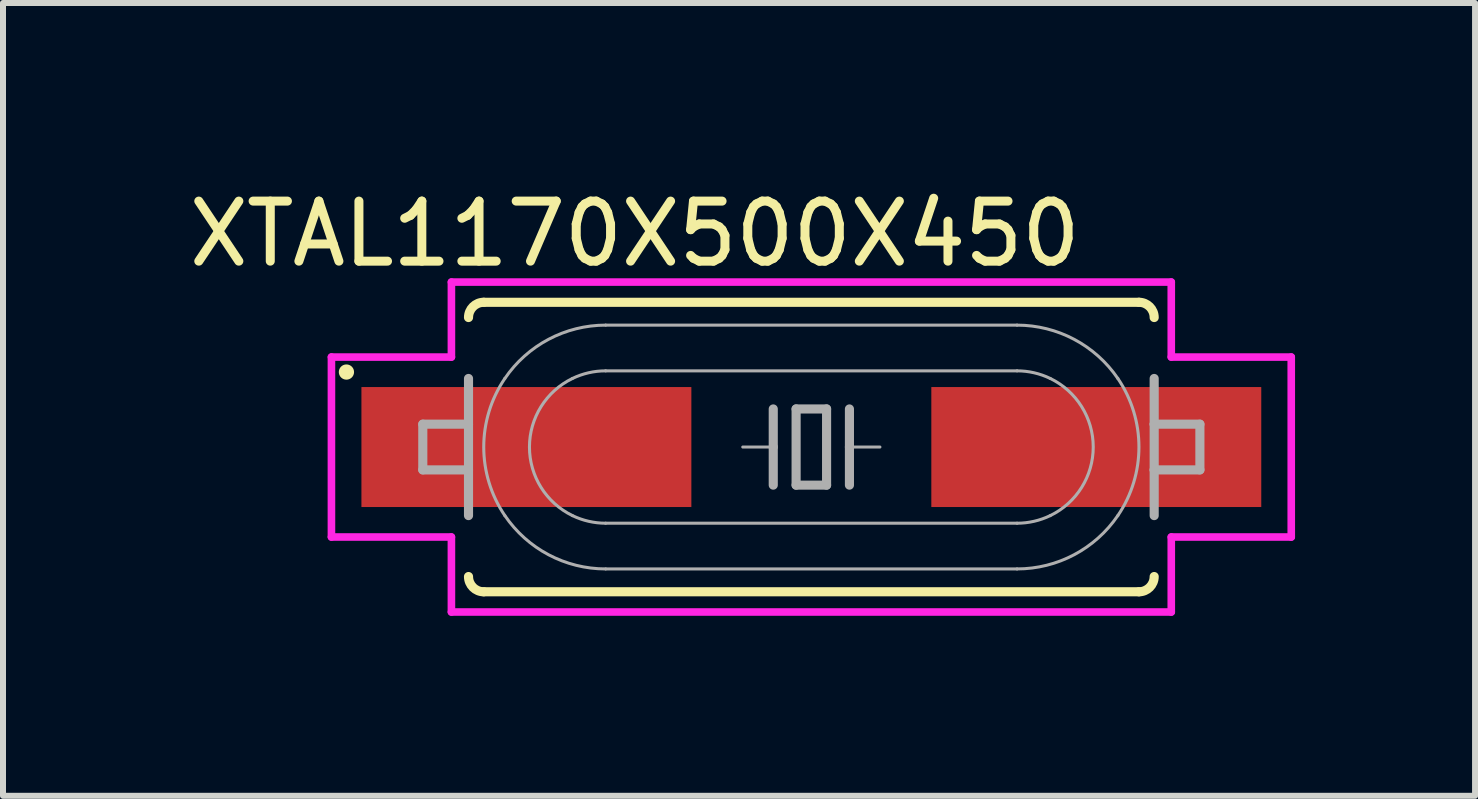
<source format=kicad_pcb>
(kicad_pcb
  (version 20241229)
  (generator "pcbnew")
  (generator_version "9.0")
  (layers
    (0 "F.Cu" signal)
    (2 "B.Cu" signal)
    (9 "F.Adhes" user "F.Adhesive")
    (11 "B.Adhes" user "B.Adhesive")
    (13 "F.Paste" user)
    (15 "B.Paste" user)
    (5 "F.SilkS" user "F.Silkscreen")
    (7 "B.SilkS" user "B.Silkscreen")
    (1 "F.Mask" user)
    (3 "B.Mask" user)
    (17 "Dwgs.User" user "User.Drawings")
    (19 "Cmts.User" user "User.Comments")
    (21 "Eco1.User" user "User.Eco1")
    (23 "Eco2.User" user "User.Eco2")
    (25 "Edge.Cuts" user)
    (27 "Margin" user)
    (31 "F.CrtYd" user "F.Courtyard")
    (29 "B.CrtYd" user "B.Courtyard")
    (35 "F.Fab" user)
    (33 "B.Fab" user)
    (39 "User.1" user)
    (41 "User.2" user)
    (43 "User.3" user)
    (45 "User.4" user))
  (footprint "XTAL1170X500X450"
    (layer "F.Cu")
    (at 10.475 4.402)
    (property "Reference" "XTAL1170X500X450" (at -2.942 -3.554 0) (layer "F.SilkS") (effects (font (size 1.001 1.001) (thickness 0.15))))
    (attr smd)
    (fp_line (start -5.461 -2.413) (end 5.461 -2.413) (stroke (width 0.152) (type solid)) (layer "F.SilkS"))
    (fp_line (start -5.461 2.413) (end 5.461 2.413) (stroke (width 0.152) (type solid)) (layer "F.SilkS"))
    (fp_arc (start -5.715 -2.159) (mid -5.640605 -2.338605) (end -5.461 -2.413) (stroke (width 0.1524) (type solid)) (layer "F.SilkS"))
    (fp_arc (start -5.461 2.413) (mid -5.640605 2.338605) (end -5.715 2.159) (stroke (width 0.1524) (type solid)) (layer "F.SilkS"))
    (fp_arc (start 5.461 -2.413) (mid 5.640605 -2.338605) (end 5.715 -2.159) (stroke (width 0.1524) (type solid)) (layer "F.SilkS"))
    (fp_arc (start 5.715 2.159) (mid 5.640605 2.338605) (end 5.461 2.413) (stroke (width 0.1524) (type solid)) (layer "F.SilkS"))
    (fp_circle (center -7.75 -1.25) (end -7.623 -1.25) (stroke (width 0) (type solid)) (fill yes) (layer "F.SilkS"))
    (fp_line (start -8 -1.5) (end -8 1.5) (stroke (width 0.127) (type solid)) (layer "F.CrtYd"))
    (fp_line (start -8 1.5) (end -6 1.5) (stroke (width 0.127) (type solid)) (layer "F.CrtYd"))
    (fp_line (start -6 -2.75) (end -6 -1.5) (stroke (width 0.127) (type solid)) (layer "F.CrtYd"))
    (fp_line (start -6 -1.5) (end -8 -1.5) (stroke (width 0.127) (type solid)) (layer "F.CrtYd"))
    (fp_line (start -6 1.5) (end -6 2.75) (stroke (width 0.127) (type solid)) (layer "F.CrtYd"))
    (fp_line (start -6 2.75) (end 6 2.75) (stroke (width 0.127) (type solid)) (layer "F.CrtYd"))
    (fp_line (start 6 -2.75) (end -6 -2.75) (stroke (width 0.127) (type solid)) (layer "F.CrtYd"))
    (fp_line (start 6 -1.5) (end 6 -2.75) (stroke (width 0.127) (type solid)) (layer "F.CrtYd"))
    (fp_line (start 6 1.5) (end 8 1.5) (stroke (width 0.127) (type solid)) (layer "F.CrtYd"))
    (fp_line (start 6 2.75) (end 6 1.5) (stroke (width 0.127) (type solid)) (layer "F.CrtYd"))
    (fp_line (start 8 -1.5) (end 6 -1.5) (stroke (width 0.127) (type solid)) (layer "F.CrtYd"))
    (fp_line (start 8 1.5) (end 8 -1.5) (stroke (width 0.127) (type solid)) (layer "F.CrtYd"))
    (fp_line (start -6.477 -0.381) (end -6.477 0.381) (stroke (width 0.152) (type solid)) (layer "F.Fab"))
    (fp_line (start -5.715 -1.143) (end -5.715 1.143) (stroke (width 0.152) (type solid)) (layer "F.Fab"))
    (fp_line (start -5.715 -0.381) (end -6.477 -0.381) (stroke (width 0.152) (type solid)) (layer "F.Fab"))
    (fp_line (start -5.715 0.381) (end -6.477 0.381) (stroke (width 0.152) (type solid)) (layer "F.Fab"))
    (fp_line (start -3.429 -2.032) (end 3.429 -2.032) (stroke (width 0.051) (type solid)) (layer "F.Fab"))
    (fp_line (start -3.429 -1.27) (end 3.429 -1.27) (stroke (width 0.051) (type solid)) (layer "F.Fab"))
    (fp_line (start -0.635 -0.635) (end -0.635 0) (stroke (width 0.152) (type solid)) (layer "F.Fab"))
    (fp_line (start -0.635 0) (end -1.143 0) (stroke (width 0.051) (type solid)) (layer "F.Fab"))
    (fp_line (start -0.635 0) (end -0.635 0.635) (stroke (width 0.152) (type solid)) (layer "F.Fab"))
    (fp_line (start -0.254 -0.635) (end -0.254 0.635) (stroke (width 0.152) (type solid)) (layer "F.Fab"))
    (fp_line (start -0.254 0.635) (end 0.254 0.635) (stroke (width 0.152) (type solid)) (layer "F.Fab"))
    (fp_line (start 0.254 -0.635) (end -0.254 -0.635) (stroke (width 0.152) (type solid)) (layer "F.Fab"))
    (fp_line (start 0.254 0.635) (end 0.254 -0.635) (stroke (width 0.152) (type solid)) (layer "F.Fab"))
    (fp_line (start 0.635 -0.635) (end 0.635 0) (stroke (width 0.152) (type solid)) (layer "F.Fab"))
    (fp_line (start 0.635 0) (end 0.635 0.635) (stroke (width 0.152) (type solid)) (layer "F.Fab"))
    (fp_line (start 0.635 0) (end 1.143 0) (stroke (width 0.051) (type solid)) (layer "F.Fab"))
    (fp_line (start 3.429 1.27) (end -3.429 1.27) (stroke (width 0.051) (type solid)) (layer "F.Fab"))
    (fp_line (start 3.429 2.032) (end -3.429 2.032) (stroke (width 0.051) (type solid)) (layer "F.Fab"))
    (fp_line (start 5.715 -1.143) (end 5.715 -0.381) (stroke (width 0.152) (type solid)) (layer "F.Fab"))
    (fp_line (start 5.715 -0.381) (end 5.715 0.381) (stroke (width 0.152) (type solid)) (layer "F.Fab"))
    (fp_line (start 5.715 -0.381) (end 6.477 -0.381) (stroke (width 0.152) (type solid)) (layer "F.Fab"))
    (fp_line (start 5.715 0.381) (end 5.715 1.143) (stroke (width 0.152) (type solid)) (layer "F.Fab"))
    (fp_line (start 5.715 0.381) (end 6.477 0.381) (stroke (width 0.152) (type solid)) (layer "F.Fab"))
    (fp_line (start 6.477 -0.381) (end 6.477 0.381) (stroke (width 0.152) (type solid)) (layer "F.Fab"))
    (fp_arc (start -5.1091 -1.143) (mid -4.379417 -1.796107) (end -3.429 -2.0321) (stroke (width 0.0508) (type solid)) (layer "F.Fab"))
    (fp_arc (start -5.1091 1.143) (mid -5.46104 0) (end -5.1091 -1.143) (stroke (width 0.0508) (type solid)) (layer "F.Fab"))
    (fp_arc (start -3.9826 -1.143) (mid -3.712991 -1.237845) (end -3.429 -1.27) (stroke (width 0.0508) (type solid)) (layer "F.Fab"))
    (fp_arc (start -3.9826 1.143) (mid -4.699012 0) (end -3.9826 -1.143) (stroke (width 0.0508) (type solid)) (layer "F.Fab"))
    (fp_arc (start -3.429 1.27) (mid -3.712991 1.237845) (end -3.9826 1.143) (stroke (width 0.0508) (type solid)) (layer "F.Fab"))
    (fp_arc (start -3.429 2.032) (mid -4.379408 1.796062) (end -5.1091 1.143) (stroke (width 0.0508) (type solid)) (layer "F.Fab"))
    (fp_arc (start 3.429 -2.032) (mid 4.379408 -1.796062) (end 5.1091 -1.143) (stroke (width 0.0508) (type solid)) (layer "F.Fab"))
    (fp_arc (start 3.429 -1.27) (mid 3.712991 -1.237845) (end 3.9826 -1.143) (stroke (width 0.0508) (type solid)) (layer "F.Fab"))
    (fp_arc (start 3.9826 -1.143) (mid 4.699012 0) (end 3.9826 1.143) (stroke (width 0.0508) (type solid)) (layer "F.Fab"))
    (fp_arc (start 3.9826 1.143) (mid 3.712991 1.237845) (end 3.429 1.27) (stroke (width 0.0508) (type solid)) (layer "F.Fab"))
    (fp_arc (start 5.109 1.1429) (mid 4.379367 1.795995) (end 3.429 2.032) (stroke (width 0.0508) (type solid)) (layer "F.Fab"))
    (fp_arc (start 5.1091 -1.143) (mid 5.46104 0) (end 5.1091 1.143) (stroke (width 0.0508) (type solid)) (layer "F.Fab"))
    (pad "1" smd rect (at -4.75 0) (size 5.5 2) (layers "F.Cu" "F.Mask" "F.Paste"))
    (pad "2" smd rect (at 4.75 0) (size 5.5 2) (layers "F.Cu" "F.Mask" "F.Paste")))
  (gr_rect
    (start -3 -3)
    (end 21.539 10.216)
    (stroke (width 0.1) (type default))
    (fill no)
    (layer "Edge.Cuts")))
</source>
